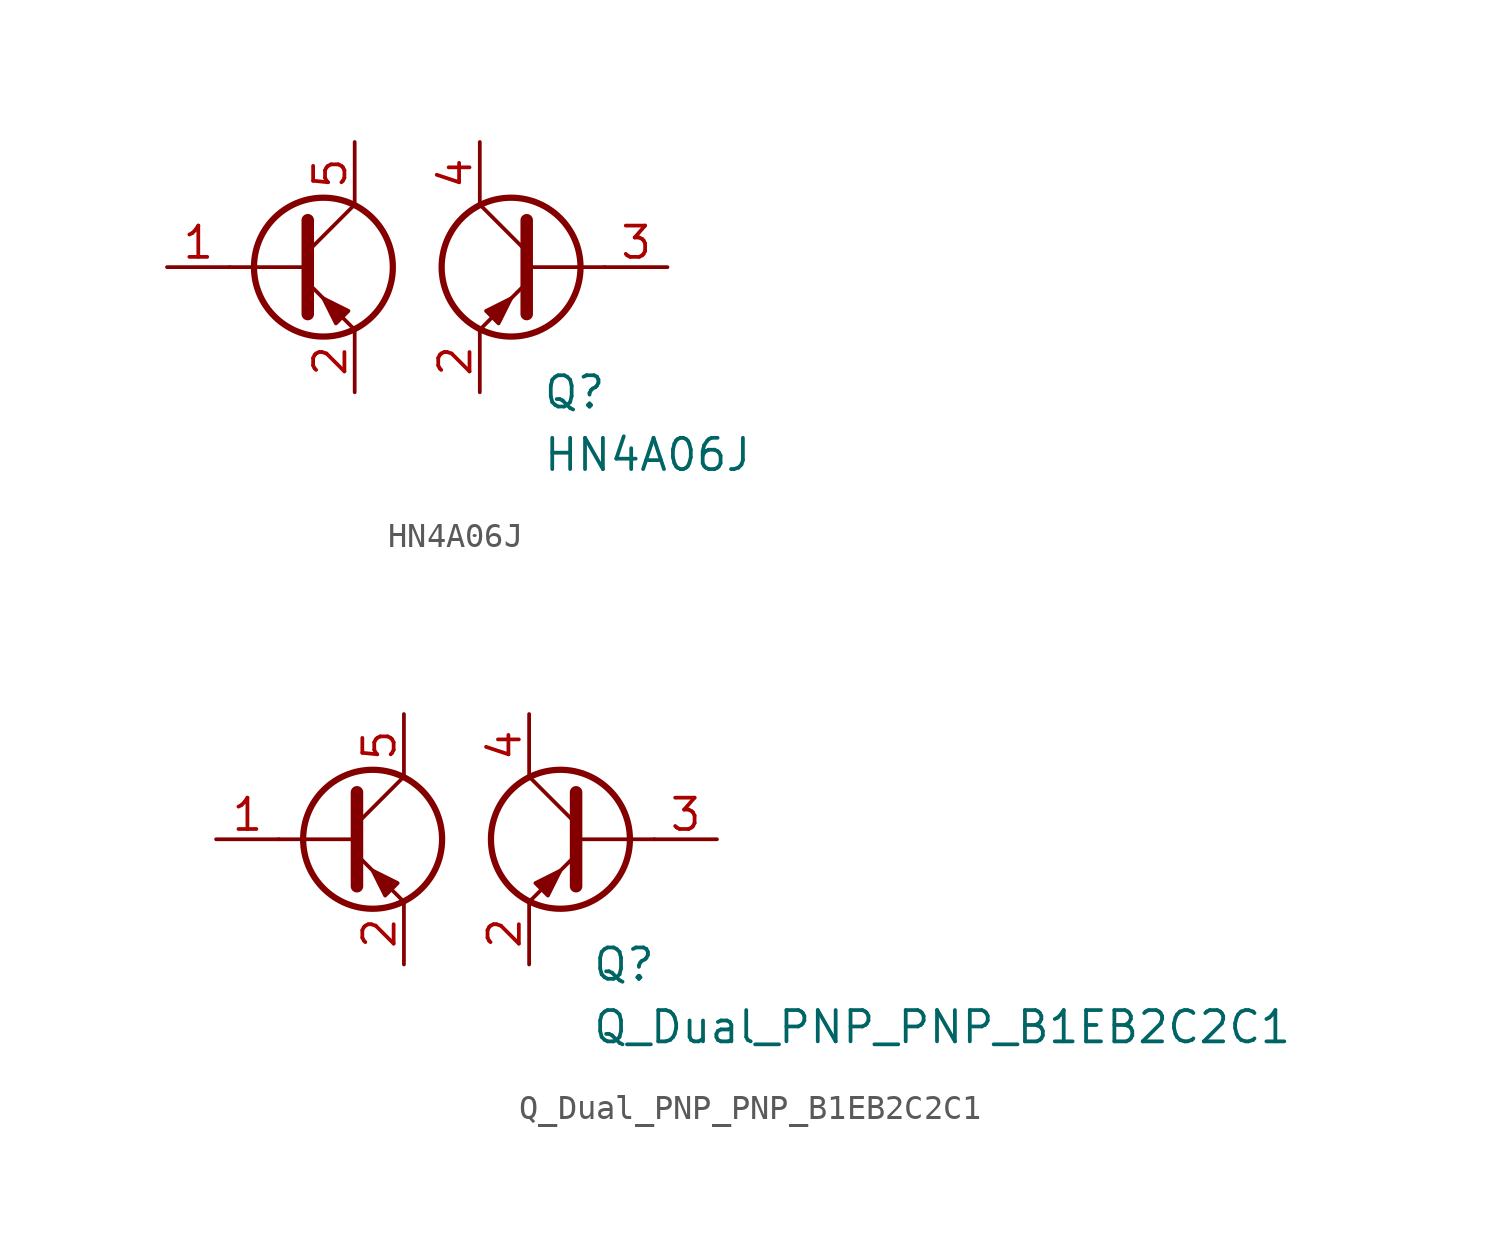
<source format=kicad_sym>
(kicad_symbol_lib
  (version 20220914)
  (generator kicad_symbol_editor)
  (symbol "HN4A06J"
    (pin_names
      (offset 0) hide)
    (property "Reference" "Q"
      (at 5.08 -5.08 0)
      (effects (font (size 1.27 1.27)) (justify left)))
    (property "Value" "HN4A06J"
      (at 5.08 -7.62 0)
      (effects (font (size 1.27 1.27)) (justify left)))
    (symbol "HN4A06J_0_1"
      (circle (center -3.81 0) (radius 2.819) (stroke (width 0.254) (type default)) (fill (type none)))
      (polyline (pts (xy -4.445 0) (xy -7.62 0)) (stroke (width 0) (type default)) (fill (type none)))
      (polyline (pts (xy -4.445 0.635) (xy -2.54 2.54)) (stroke (width 0) (type default)) (fill (type none)))
      (polyline (pts (xy 4.445 0) (xy 7.62 0)) (stroke (width 0) (type default)) (fill (type none)))
      (polyline (pts (xy 4.445 0.635) (xy 2.54 2.54)) (stroke (width 0) (type default)) (fill (type none)))
      (polyline (pts (xy -4.445 -0.635) (xy -2.54 -2.54) (xy -2.54 -2.54)) (stroke (width 0) (type default)) (fill (type none)))
      (polyline (pts (xy -4.445 1.905) (xy -4.445 -1.905) (xy -4.445 -1.905)) (stroke (width 0.508) (type default)) (fill (type none)))
      (polyline (pts (xy 4.445 -0.635) (xy 2.54 -2.54) (xy 2.54 -2.54)) (stroke (width 0) (type default)) (fill (type none)))
      (polyline (pts (xy 4.445 1.905) (xy 4.445 -1.905) (xy 4.445 -1.905)) (stroke (width 0.508) (type default)) (fill (type none)))
      (polyline (pts (xy -2.794 -1.778) (xy -3.302 -2.286) (xy -3.81 -1.27) (xy -2.794 -1.778) (xy -2.794 -1.778)) (stroke (width 0) (type default)) (fill (type outline)))
      (polyline (pts (xy 2.794 -1.778) (xy 3.302 -2.286) (xy 3.81 -1.27) (xy 2.794 -1.778) (xy 2.794 -1.778)) (stroke (width 0) (type default)) (fill (type outline)))
      (circle (center 3.81 0) (radius 2.819) (stroke (width 0.254) (type default)) (fill (type none))))
    (symbol "HN4A06J_1_1"
      (pin input line (at -10.16 0 0) (length 2.54) (name "B1" (effects (font (size 1.27 1.27)))) (number "1" (effects (font (size 1.27 1.27)))))
      (pin passive line (at -2.54 -5.08 90) (length 2.54) (name "E" (effects (font (size 1.27 1.27)))) (number "2" (effects (font (size 1.27 1.27)))))
      (pin passive line (at 2.54 -5.08 90) (length 2.54) (name "E" (effects (font (size 1.27 1.27)))) (number "2" (effects (font (size 1.27 1.27)))))
      (pin input line (at 10.16 0 180) (length 2.54) (name "B2" (effects (font (size 1.27 1.27)))) (number "3" (effects (font (size 1.27 1.27)))))
      (pin passive line (at 2.54 5.08 270) (length 2.54) (name "C2" (effects (font (size 1.27 1.27)))) (number "4" (effects (font (size 1.27 1.27)))))
      (pin passive line (at -2.54 5.08 270) (length 2.54) (name "C1" (effects (font (size 1.27 1.27)))) (number "5" (effects (font (size 1.27 1.27)))))))
  (symbol "Q_Dual_PNP_PNP_B1EB2C2C1"
    (pin_names
      (offset 0) hide)
    (property "Reference" "Q"
      (at 5.08 -5.08 0)
      (effects (font (size 1.27 1.27)) (justify left)))
    (property "Value" "Q_Dual_PNP_PNP_B1EB2C2C1"
      (at 5.08 -7.62 0)
      (effects (font (size 1.27 1.27)) (justify left)))
    (symbol "Q_Dual_PNP_PNP_B1EB2C2C1_0_1"
      (circle (center -3.81 0) (radius 2.819) (stroke (width 0.254) (type default)) (fill (type none)))
      (polyline (pts (xy -4.445 0) (xy -7.62 0)) (stroke (width 0) (type default)) (fill (type none)))
      (polyline (pts (xy -4.445 0.635) (xy -2.54 2.54)) (stroke (width 0) (type default)) (fill (type none)))
      (polyline (pts (xy 4.445 0) (xy 7.62 0)) (stroke (width 0) (type default)) (fill (type none)))
      (polyline (pts (xy 4.445 0.635) (xy 2.54 2.54)) (stroke (width 0) (type default)) (fill (type none)))
      (polyline (pts (xy -4.445 -0.635) (xy -2.54 -2.54) (xy -2.54 -2.54)) (stroke (width 0) (type default)) (fill (type none)))
      (polyline (pts (xy -4.445 1.905) (xy -4.445 -1.905) (xy -4.445 -1.905)) (stroke (width 0.508) (type default)) (fill (type none)))
      (polyline (pts (xy 4.445 -0.635) (xy 2.54 -2.54) (xy 2.54 -2.54)) (stroke (width 0) (type default)) (fill (type none)))
      (polyline (pts (xy 4.445 1.905) (xy 4.445 -1.905) (xy 4.445 -1.905)) (stroke (width 0.508) (type default)) (fill (type none)))
      (polyline (pts (xy -2.794 -1.778) (xy -3.302 -2.286) (xy -3.81 -1.27) (xy -2.794 -1.778) (xy -2.794 -1.778)) (stroke (width 0) (type default)) (fill (type outline)))
      (polyline (pts (xy 2.794 -1.778) (xy 3.302 -2.286) (xy 3.81 -1.27) (xy 2.794 -1.778) (xy 2.794 -1.778)) (stroke (width 0) (type default)) (fill (type outline)))
      (circle (center 3.81 0) (radius 2.819) (stroke (width 0.254) (type default)) (fill (type none))))
    (symbol "Q_Dual_PNP_PNP_B1EB2C2C1_1_1"
      (pin input line (at -10.16 0 0) (length 2.54) (name "B1" (effects (font (size 1.27 1.27)))) (number "1" (effects (font (size 1.27 1.27)))))
      (pin passive line (at -2.54 -5.08 90) (length 2.54) (name "E" (effects (font (size 1.27 1.27)))) (number "2" (effects (font (size 1.27 1.27)))))
      (pin passive line (at 2.54 -5.08 90) (length 2.54) (name "E" (effects (font (size 1.27 1.27)))) (number "2" (effects (font (size 1.27 1.27)))))
      (pin input line (at 10.16 0 180) (length 2.54) (name "B2" (effects (font (size 1.27 1.27)))) (number "3" (effects (font (size 1.27 1.27)))))
      (pin passive line (at 2.54 5.08 270) (length 2.54) (name "C2" (effects (font (size 1.27 1.27)))) (number "4" (effects (font (size 1.27 1.27)))))
      (pin passive line (at -2.54 5.08 270) (length 2.54) (name "C1" (effects (font (size 1.27 1.27)))) (number "5" (effects (font (size 1.27 1.27))))))))
</source>
